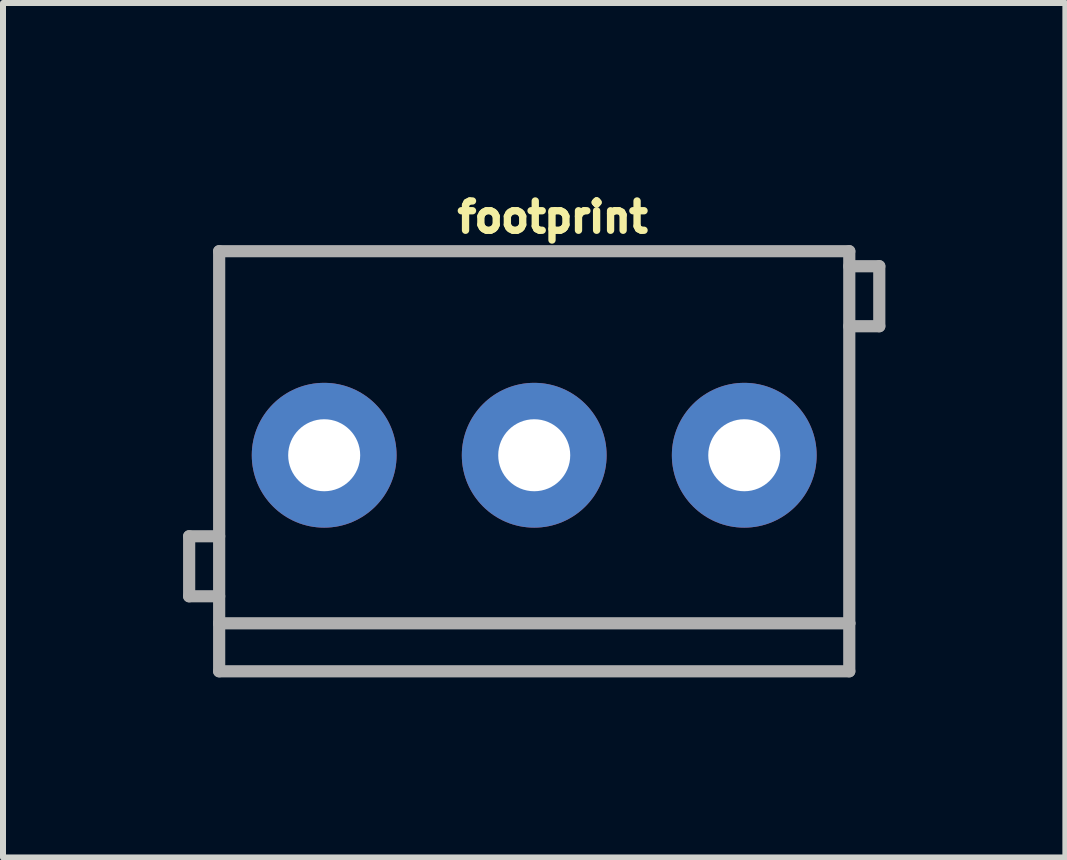
<source format=kicad_pcb>
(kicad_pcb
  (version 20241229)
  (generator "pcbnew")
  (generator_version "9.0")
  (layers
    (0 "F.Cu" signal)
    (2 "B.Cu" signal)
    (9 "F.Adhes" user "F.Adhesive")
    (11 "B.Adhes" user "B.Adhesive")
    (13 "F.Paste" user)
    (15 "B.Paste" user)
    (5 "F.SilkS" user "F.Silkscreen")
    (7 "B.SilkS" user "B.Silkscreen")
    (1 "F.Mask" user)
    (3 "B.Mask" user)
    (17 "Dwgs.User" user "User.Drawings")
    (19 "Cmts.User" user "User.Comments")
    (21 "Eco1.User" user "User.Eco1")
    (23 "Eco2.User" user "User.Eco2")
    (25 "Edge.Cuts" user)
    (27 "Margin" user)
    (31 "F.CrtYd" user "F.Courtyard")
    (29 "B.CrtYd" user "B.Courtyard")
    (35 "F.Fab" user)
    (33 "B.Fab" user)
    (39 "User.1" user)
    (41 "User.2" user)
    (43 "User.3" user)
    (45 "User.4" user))
  (footprint "footprint"
    (layer "F.Cu")
    (at 2.352 4.536)
    (property "Reference" "footprint" (at 2.159 -3.683 0) (layer "F.SilkS") (effects (font (size 0.488 0.488) (thickness 0.122)) (justify left bottom)))
    (fp_line (start -2.25 1.35) (end -2.25 2.35) (stroke (width 0.203) (type solid)) (layer "F.Fab"))
    (fp_line (start -2.25 2.35) (end -1.75 2.35) (stroke (width 0.203) (type solid)) (layer "F.Fab"))
    (fp_line (start -1.75 -3.4) (end 8.75 -3.4) (stroke (width 0.203) (type solid)) (layer "F.Fab"))
    (fp_line (start -1.75 1.35) (end -2.25 1.35) (stroke (width 0.203) (type solid)) (layer "F.Fab"))
    (fp_line (start -1.75 2.8) (end -1.75 -3.4) (stroke (width 0.203) (type solid)) (layer "F.Fab"))
    (fp_line (start -1.75 3.6) (end -1.75 2.8) (stroke (width 0.203) (type solid)) (layer "F.Fab"))
    (fp_line (start 8.75 -3.4) (end 8.75 2.8) (stroke (width 0.203) (type solid)) (layer "F.Fab"))
    (fp_line (start 8.75 -3.15) (end 9.25 -3.15) (stroke (width 0.203) (type solid)) (layer "F.Fab"))
    (fp_line (start 8.75 2.8) (end -1.75 2.8) (stroke (width 0.203) (type solid)) (layer "F.Fab"))
    (fp_line (start 8.75 2.8) (end 8.75 3.6) (stroke (width 0.203) (type solid)) (layer "F.Fab"))
    (fp_line (start 8.75 3.6) (end -1.75 3.6) (stroke (width 0.203) (type solid)) (layer "F.Fab"))
    (fp_line (start 9.25 -3.15) (end 9.25 -2.15) (stroke (width 0.203) (type solid)) (layer "F.Fab"))
    (fp_line (start 9.25 -2.15) (end 8.75 -2.15) (stroke (width 0.203) (type solid)) (layer "F.Fab"))
    (pad "1" thru_hole circle (at 0 0) (size 2.413 2.413) (drill 1.2) (layers "*.Cu" "*.Mask"))
    (pad "2" thru_hole circle (at 3.5 0) (size 2.413 2.413) (drill 1.2) (layers "*.Cu" "*.Mask"))
    (pad "3" thru_hole circle (at 7 0) (size 2.413 2.413) (drill 1.2) (layers "*.Cu" "*.Mask")))
  (gr_rect
    (start -3 -3)
    (end 14.703 11.238)
    (stroke (width 0.1) (type default))
    (fill no)
    (layer "Edge.Cuts")))
</source>
